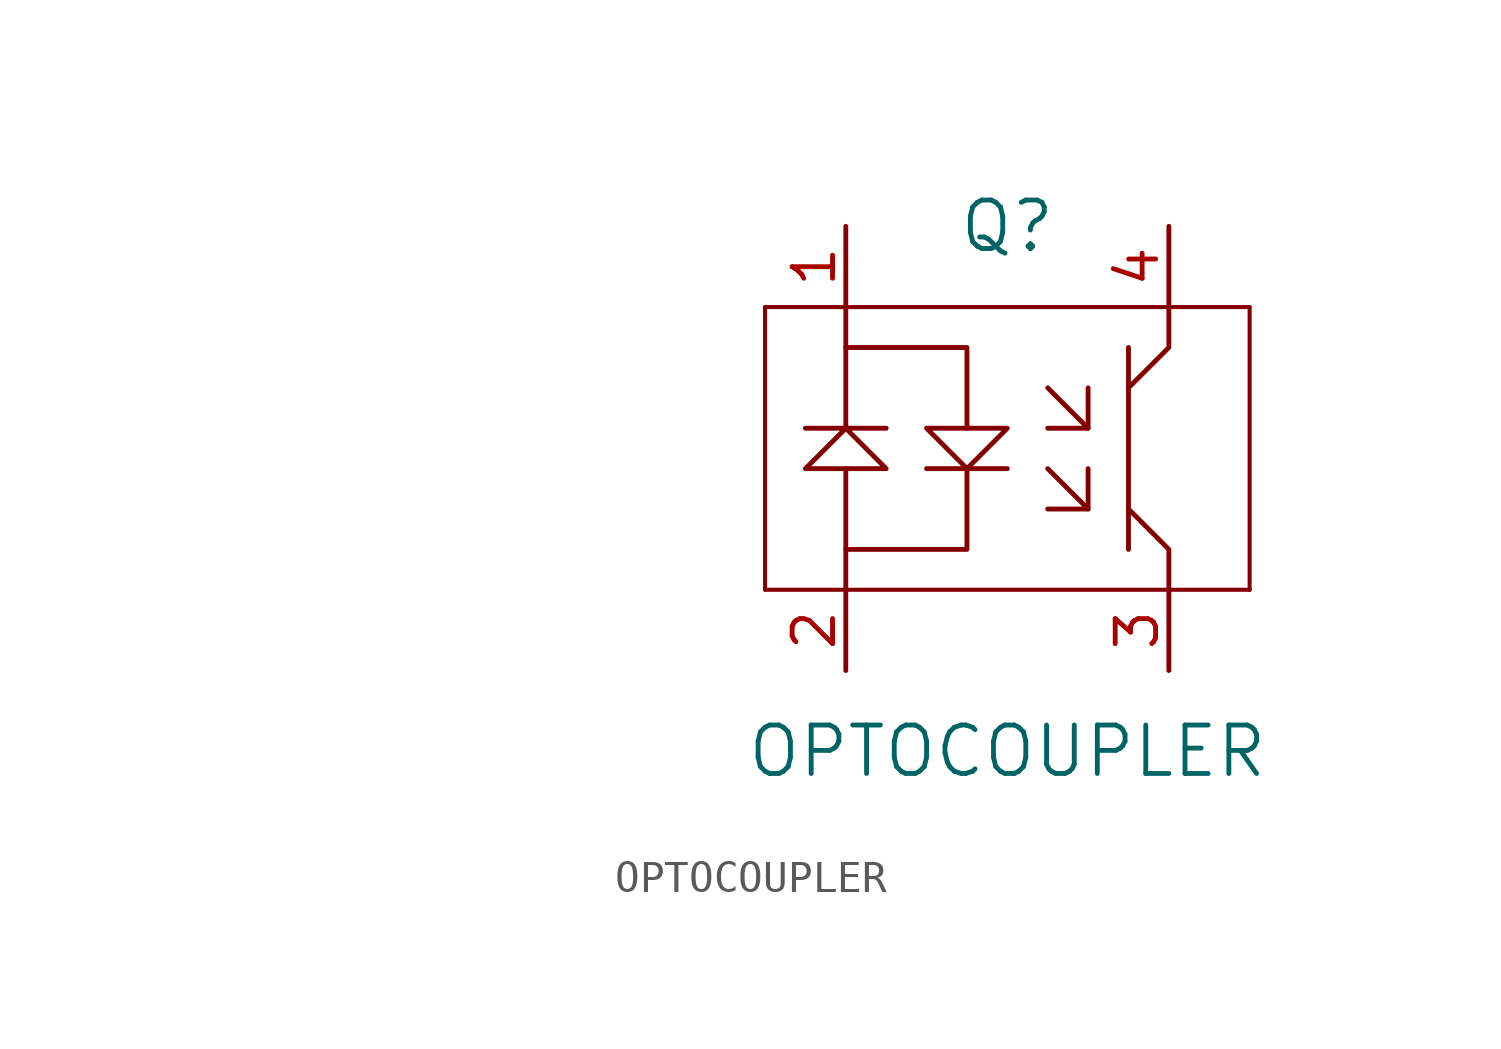
<source format=kicad_sym>
(kicad_symbol_lib
  (version 20220914)
  (generator kicad_symbol_editor)
  (symbol "OPTOCOUPLER"
    (pin_names
      (offset 0))
    (property "Reference" "Q"
      (at 24.13 3.81 0)
      (effects (font (size 1.524 1.524))))
    (property "Value" "OPTOCOUPLER"
      (at 24.13 -12.7 0)
      (effects (font (size 1.524 1.524))))
    (property "Datasheet" ""
      (at 0 0 0)
      (effects (font (size 1.524 1.524))))
    (symbol "OPTOCOUPLER_0_1"
      (polyline (pts (xy 19.05 -3.81) (xy 19.05 -7.62)) (stroke (width 0) (type default)) (fill (type none)))
      (polyline (pts (xy 19.05 -2.54) (xy 19.05 1.27)) (stroke (width 0) (type default)) (fill (type none)))
      (polyline (pts (xy 21.59 -3.81) (xy 24.13 -3.81)) (stroke (width 0) (type default)) (fill (type none)))
      (polyline (pts (xy 25.4 -3.81) (xy 26.67 -5.08)) (stroke (width 0) (type default)) (fill (type none)))
      (polyline (pts (xy 25.4 -1.27) (xy 26.67 -2.54)) (stroke (width 0) (type default)) (fill (type none)))
      (polyline (pts (xy 27.94 -5.08) (xy 27.94 -6.35)) (stroke (width 0) (type default)) (fill (type none)))
      (polyline (pts (xy 27.94 -1.27) (xy 27.94 0)) (stroke (width 0) (type default)) (fill (type none)))
      (polyline (pts (xy 19.05 -6.35) (xy 22.86 -6.35) (xy 22.86 -3.81)) (stroke (width 0) (type default)) (fill (type none)))
      (polyline (pts (xy 22.86 -2.54) (xy 22.86 0) (xy 19.05 0)) (stroke (width 0) (type default)) (fill (type none)))
      (polyline (pts (xy 21.59 -2.54) (xy 24.13 -2.54) (xy 22.86 -3.81) (xy 21.59 -2.54)) (stroke (width 0) (type default)) (fill (type none)))
      (polyline (pts (xy 26.67 -5.08) (xy 26.67 -3.81) (xy 26.67 -5.08) (xy 25.4 -5.08)) (stroke (width 0) (type default)) (fill (type none)))
      (polyline (pts (xy 26.67 -2.54) (xy 26.67 -1.27) (xy 26.67 -2.54) (xy 25.4 -2.54)) (stroke (width 0) (type default)) (fill (type none)))
      (polyline (pts (xy 19.05 -2.54) (xy 17.78 -3.81) (xy 20.32 -3.81) (xy 19.05 -2.54) (xy 17.78 -2.54) (xy 20.32 -2.54)) (stroke (width 0) (type default)) (fill (type none)))
      (polyline (pts (xy 29.21 1.27) (xy 29.21 0) (xy 27.94 -1.27) (xy 27.94 -5.08) (xy 29.21 -6.35) (xy 29.21 -7.62)) (stroke (width 0) (type default)) (fill (type none))))
    (symbol "OPTOCOUPLER_1_1"
      (polyline (pts (xy 16.51 -7.62) (xy 31.75 -7.62)) (stroke (width 0.127) (type solid)) (fill (type none)))
      (polyline (pts (xy 16.51 1.27) (xy 16.51 -7.62)) (stroke (width 0.127) (type solid)) (fill (type none)))
      (polyline (pts (xy 31.75 -7.62) (xy 31.75 1.27)) (stroke (width 0.127) (type solid)) (fill (type none)))
      (polyline (pts (xy 31.75 1.27) (xy 16.51 1.27)) (stroke (width 0.127) (type solid)) (fill (type none)))
      (pin unspecified line (at 19.05 3.81 270) (length 2.54) (name "~" (effects (font (size 1.27 1.27)))) (number "1" (effects (font (size 1.27 1.27)))))
      (pin unspecified line (at 19.05 -10.16 90) (length 2.54) (name "~" (effects (font (size 1.27 1.27)))) (number "2" (effects (font (size 1.27 1.27)))))
      (pin unspecified line (at 29.21 -10.16 90) (length 2.54) (name "" (effects (font (size 1.27 1.27)))) (number "3" (effects (font (size 1.27 1.27)))))
      (pin unspecified line (at 29.21 3.81 270) (length 2.54) (name "" (effects (font (size 1.27 1.27)))) (number "4" (effects (font (size 1.27 1.27))))))))
</source>
